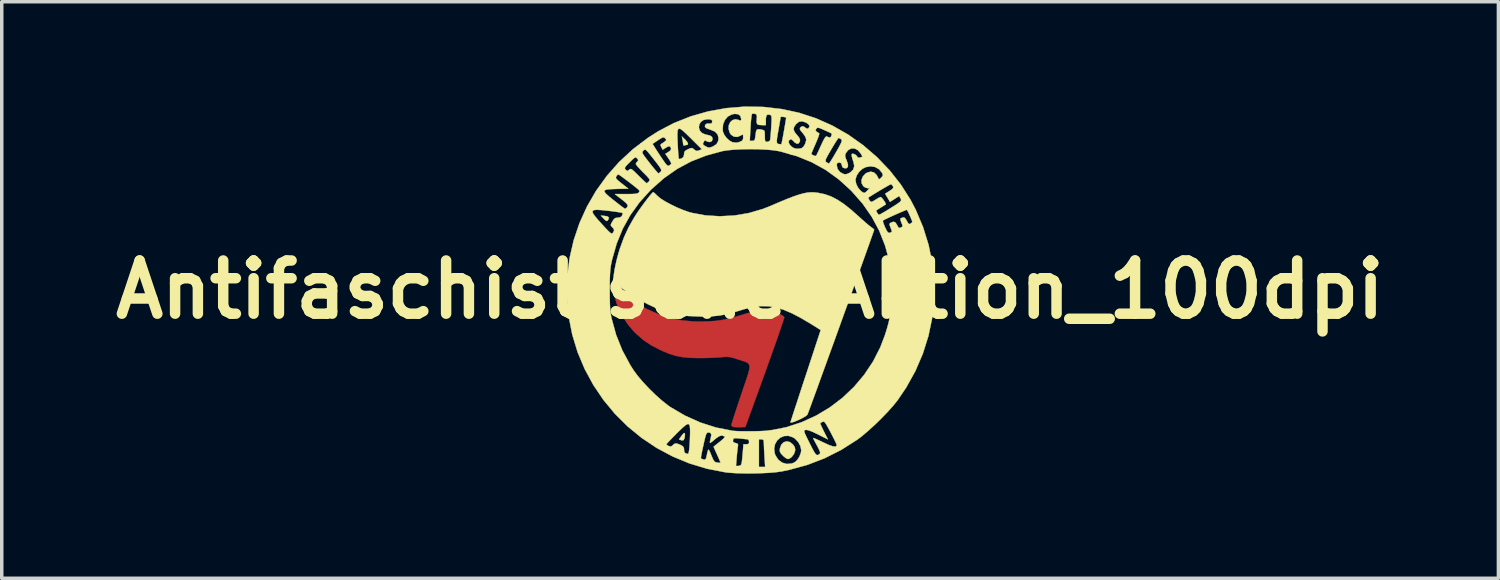
<source format=kicad_pcb>
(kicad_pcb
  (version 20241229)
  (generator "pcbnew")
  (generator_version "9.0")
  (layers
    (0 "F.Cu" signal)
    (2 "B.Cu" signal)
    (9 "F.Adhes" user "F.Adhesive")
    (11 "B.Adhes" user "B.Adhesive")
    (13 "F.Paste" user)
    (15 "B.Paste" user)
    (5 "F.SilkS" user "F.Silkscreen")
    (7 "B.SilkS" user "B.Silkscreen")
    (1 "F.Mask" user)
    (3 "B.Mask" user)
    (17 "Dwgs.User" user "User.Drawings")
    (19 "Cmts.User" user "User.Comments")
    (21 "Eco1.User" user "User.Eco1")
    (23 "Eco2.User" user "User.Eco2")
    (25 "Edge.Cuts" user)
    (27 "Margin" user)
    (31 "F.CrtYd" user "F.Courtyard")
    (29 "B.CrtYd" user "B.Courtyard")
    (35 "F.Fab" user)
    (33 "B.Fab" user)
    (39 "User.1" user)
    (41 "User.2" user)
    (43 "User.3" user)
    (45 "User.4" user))
  (footprint "Antifaschistische Aktion_100dpi"
    (layer "F.Cu")
    (at 18.44 5.248)
    (property "Reference" "Antifaschistische Aktion_100dpi" (at 0 0 0) (layer "F.SilkS") (effects (font (size 1.524 1.524) (thickness 0.3))))
    (attr through_hole)
    (fp_poly (pts (xy -3.808 0.006) (xy -3.609 0.154) (xy -3.386 0.305) (xy -3.159 0.444) (xy -2.951 0.558) (xy -2.947 0.56) (xy -2.617 0.707) (xy -2.299 0.812) (xy -1.975 0.879) (xy -1.629 0.911) (xy -1.411 0.915) (xy -1.182 0.91) (xy -0.981 0.895) (xy -0.79 0.868) (xy -0.592 0.825) (xy -0.368 0.764) (xy -0.241 0.726) (xy -0.076 0.676) (xy 0.053 0.643) (xy 0.161 0.623) (xy 0.267 0.613) (xy 0.381 0.61) (xy 0.524 0.613) (xy 0.634 0.626) (xy 0.731 0.651) (xy 0.804 0.679) (xy 0.892 0.721) (xy 0.956 0.762) (xy 0.981 0.79) (xy 0.973 0.824) (xy 0.947 0.906) (xy 0.905 1.031) (xy 0.849 1.195) (xy 0.781 1.392) (xy 0.701 1.619) (xy 0.612 1.869) (xy 0.515 2.14) (xy 0.427 2.385) (xy -0.135 3.937) (xy -0.286 3.941) (xy -0.382 3.941) (xy -0.459 3.937) (xy -0.487 3.932) (xy -0.529 3.904) (xy -0.536 3.883) (xy -0.528 3.848) (xy -0.503 3.766) (xy -0.464 3.645) (xy -0.414 3.49) (xy -0.355 3.309) (xy -0.288 3.109) (xy -0.253 3.006) (xy -0.172 2.766) (xy -0.106 2.574) (xy -0.058 2.423) (xy -0.027 2.309) (xy -0.015 2.224) (xy -0.02 2.163) (xy -0.045 2.12) (xy -0.09 2.088) (xy -0.154 2.061) (xy -0.239 2.034) (xy -0.339 2.002) (xy -0.466 1.961) (xy -0.56 1.936) (xy -0.639 1.926) (xy -0.723 1.927) (xy -0.83 1.937) (xy -0.833 1.937) (xy -0.946 1.946) (xy -1.098 1.953) (xy -1.27 1.958) (xy -1.444 1.96) (xy -1.482 1.96) (xy -1.728 1.954) (xy -1.937 1.934) (xy -2.125 1.897) (xy -2.311 1.84) (xy -2.511 1.758) (xy -2.585 1.723) (xy -2.837 1.592) (xy -3.053 1.447) (xy -3.252 1.275) (xy -3.349 1.177) (xy -3.498 0.999) (xy -3.632 0.798) (xy -3.745 0.586) (xy -3.829 0.377) (xy -3.879 0.185) (xy -3.886 0.127) (xy -3.904 -0.071) (xy -3.808 0.006)) (stroke (width 0.01) (type solid)) (fill yes) (layer "F.Cu"))
    (fp_poly (pts (xy -3.808 -0.005) (xy -3.609 0.143) (xy -3.386 0.294) (xy -3.159 0.433) (xy -2.951 0.547) (xy -2.947 0.549) (xy -2.617 0.696) (xy -2.299 0.801) (xy -1.975 0.868) (xy -1.629 0.9) (xy -1.411 0.904) (xy -1.182 0.899) (xy -0.981 0.884) (xy -0.79 0.857) (xy -0.592 0.814) (xy -0.368 0.753) (xy -0.241 0.715) (xy -0.076 0.665) (xy 0.053 0.632) (xy 0.161 0.612) (xy 0.267 0.602) (xy 0.381 0.599) (xy 0.524 0.602) (xy 0.634 0.615) (xy 0.731 0.64) (xy 0.804 0.668) (xy 0.892 0.71) (xy 0.956 0.751) (xy 0.981 0.779) (xy 0.973 0.813) (xy 0.947 0.895) (xy 0.905 1.02) (xy 0.849 1.184) (xy 0.781 1.381) (xy 0.701 1.608) (xy 0.612 1.859) (xy 0.515 2.129) (xy 0.427 2.374) (xy -0.135 3.926) (xy -0.286 3.93) (xy -0.382 3.93) (xy -0.459 3.926) (xy -0.487 3.921) (xy -0.529 3.893) (xy -0.536 3.872) (xy -0.528 3.837) (xy -0.503 3.756) (xy -0.464 3.634) (xy -0.414 3.48) (xy -0.355 3.298) (xy -0.288 3.098) (xy -0.253 2.995) (xy -0.172 2.755) (xy -0.106 2.563) (xy -0.058 2.412) (xy -0.027 2.298) (xy -0.015 2.213) (xy -0.02 2.152) (xy -0.045 2.109) (xy -0.09 2.077) (xy -0.154 2.05) (xy -0.239 2.023) (xy -0.339 1.991) (xy -0.466 1.95) (xy -0.56 1.925) (xy -0.639 1.915) (xy -0.723 1.916) (xy -0.83 1.926) (xy -0.833 1.926) (xy -0.946 1.935) (xy -1.098 1.942) (xy -1.27 1.947) (xy -1.444 1.949) (xy -1.482 1.949) (xy -1.728 1.943) (xy -1.937 1.923) (xy -2.125 1.886) (xy -2.311 1.829) (xy -2.511 1.747) (xy -2.585 1.712) (xy -2.837 1.581) (xy -3.053 1.436) (xy -3.252 1.264) (xy -3.349 1.166) (xy -3.498 0.988) (xy -3.632 0.787) (xy -3.745 0.575) (xy -3.829 0.366) (xy -3.879 0.174) (xy -3.886 0.116) (xy -3.904 -0.082) (xy -3.808 -0.005)) (stroke (width 0.01) (type solid)) (fill yes) (layer "F.Mask"))
    (fp_poly (pts (xy -4.165 -2.112) (xy -4.079 -2.095) (xy -4.045 -2.063) (xy -4.06 -2.01) (xy -4.071 -1.994) (xy -4.097 -1.967) (xy -4.125 -1.971) (xy -4.17 -2.01) (xy -4.192 -2.033) (xy -4.276 -2.121) (xy -4.165 -2.112)) (stroke (width 0.01) (type solid)) (fill yes) (layer "F.SilkS"))
    (fp_poly (pts (xy -1.866 4.13) (xy -1.865 4.154) (xy -1.878 4.258) (xy -1.906 4.312) (xy -1.953 4.32) (xy -1.971 4.315) (xy -2.036 4.29) (xy -1.976 4.206) (xy -1.917 4.131) (xy -1.881 4.106) (xy -1.866 4.13)) (stroke (width 0.01) (type solid)) (fill yes) (layer "F.SilkS"))
    (fp_poly (pts (xy -1.867 -4.306) (xy -1.807 -4.239) (xy -1.779 -4.185) (xy -1.786 -4.153) (xy -1.804 -4.149) (xy -1.851 -4.139) (xy -1.874 -4.132) (xy -1.909 -4.133) (xy -1.919 -4.181) (xy -1.919 -4.181) (xy -1.927 -4.263) (xy -1.938 -4.318) (xy -1.955 -4.389) (xy -1.867 -4.306)) (stroke (width 0.01) (type solid)) (fill yes) (layer "F.SilkS"))
    (fp_poly (pts (xy 1.143 4.368) (xy 1.228 4.436) (xy 1.278 4.509) (xy 1.293 4.578) (xy 1.288 4.627) (xy 1.256 4.713) (xy 1.197 4.791) (xy 1.128 4.843) (xy 1.082 4.854) (xy 1.038 4.835) (xy 0.974 4.788) (xy 0.939 4.755) (xy 0.879 4.689) (xy 0.853 4.636) (xy 0.853 4.574) (xy 0.856 4.55) (xy 0.895 4.442) (xy 0.964 4.373) (xy 1.051 4.347) (xy 1.143 4.368)) (stroke (width 0.01) (type solid)) (fill yes) (layer "F.SilkS"))
    (fp_poly (pts (xy -2.748 -2.775) (xy -2.696 -2.728) (xy -2.65 -2.682) (xy -2.563 -2.61) (xy -2.434 -2.528) (xy -2.277 -2.443) (xy -2.104 -2.359) (xy -1.928 -2.285) (xy -1.762 -2.226) (xy -1.679 -2.202) (xy -1.282 -2.127) (xy -0.868 -2.102) (xy -0.448 -2.124) (xy -0.034 -2.194) (xy 0.366 -2.311) (xy 0.558 -2.386) (xy 0.826 -2.501) (xy 1.05 -2.594) (xy 1.236 -2.666) (xy 1.392 -2.719) (xy 1.523 -2.756) (xy 1.637 -2.779) (xy 1.74 -2.788) (xy 1.839 -2.786) (xy 1.942 -2.774) (xy 1.961 -2.771) (xy 2.145 -2.732) (xy 2.322 -2.669) (xy 2.499 -2.578) (xy 2.686 -2.455) (xy 2.889 -2.295) (xy 3.104 -2.104) (xy 3.218 -2.001) (xy 3.323 -1.909) (xy 3.41 -1.836) (xy 3.468 -1.791) (xy 3.478 -1.784) (xy 3.532 -1.746) (xy 3.556 -1.717) (xy 3.556 -1.716) (xy 3.547 -1.687) (xy 3.52 -1.609) (xy 3.476 -1.486) (xy 3.419 -1.324) (xy 3.348 -1.125) (xy 3.266 -0.896) (xy 3.174 -0.64) (xy 3.074 -0.362) (xy 2.967 -0.065) (xy 2.856 0.245) (xy 2.74 0.565) (xy 2.623 0.889) (xy 2.506 1.214) (xy 2.39 1.536) (xy 2.276 1.849) (xy 2.167 2.15) (xy 2.064 2.433) (xy 1.969 2.696) (xy 1.883 2.933) (xy 1.807 3.14) (xy 1.744 3.312) (xy 1.695 3.446) (xy 1.661 3.536) (xy 1.644 3.579) (xy 1.643 3.582) (xy 1.606 3.616) (xy 1.538 3.659) (xy 1.45 3.705) (xy 1.356 3.749) (xy 1.268 3.785) (xy 1.198 3.806) (xy 1.161 3.808) (xy 1.157 3.802) (xy 1.166 3.774) (xy 1.19 3.698) (xy 1.229 3.578) (xy 1.28 3.421) (xy 1.343 3.23) (xy 1.414 3.012) (xy 1.493 2.771) (xy 1.578 2.512) (xy 1.591 2.475) (xy 2.024 1.158) (xy 1.767 0.997) (xy 1.468 0.819) (xy 1.202 0.679) (xy 0.959 0.576) (xy 0.733 0.509) (xy 0.515 0.475) (xy 0.298 0.473) (xy 0.074 0.502) (xy -0.166 0.56) (xy -0.268 0.591) (xy -0.503 0.662) (xy -0.705 0.712) (xy -0.896 0.745) (xy -1.092 0.764) (xy -1.315 0.771) (xy -1.397 0.771) (xy -1.77 0.756) (xy -2.112 0.707) (xy -2.439 0.621) (xy -2.77 0.493) (xy -2.932 0.417) (xy -3.088 0.335) (xy -3.25 0.241) (xy -3.412 0.14) (xy -3.563 0.039) (xy -3.697 -0.059) (xy -3.805 -0.146) (xy -3.879 -0.216) (xy -3.909 -0.26) (xy -3.914 -0.321) (xy -3.904 -0.426) (xy -3.883 -0.563) (xy -3.851 -0.72) (xy -3.812 -0.889) (xy -3.766 -1.056) (xy -3.725 -1.189) (xy -3.612 -1.497) (xy -3.485 -1.775) (xy -3.33 -2.05) (xy -3.254 -2.17) (xy -3.183 -2.275) (xy -3.101 -2.39) (xy -3.016 -2.506) (xy -2.933 -2.614) (xy -2.861 -2.704) (xy -2.806 -2.767) (xy -2.775 -2.794) (xy -2.773 -2.794) (xy -2.748 -2.775)) (stroke (width 0.01) (type solid)) (fill yes) (layer "F.SilkS"))
    (fp_poly (pts (xy 0.371 -5.235) (xy 0.898 -5.175) (xy 1.399 -5.068) (xy 1.888 -4.909) (xy 2.361 -4.698) (xy 2.813 -4.44) (xy 3.239 -4.139) (xy 3.636 -3.797) (xy 3.998 -3.419) (xy 4.321 -3.009) (xy 4.6 -2.57) (xy 4.741 -2.3) (xy 4.955 -1.796) (xy 5.115 -1.282) (xy 5.221 -0.76) (xy 5.273 -0.235) (xy 5.272 0.29) (xy 5.218 0.813) (xy 5.11 1.329) (xy 4.951 1.834) (xy 4.739 2.327) (xy 4.476 2.802) (xy 4.233 3.161) (xy 4.109 3.317) (xy 3.95 3.495) (xy 3.769 3.683) (xy 3.577 3.871) (xy 3.385 4.045) (xy 3.207 4.197) (xy 3.076 4.296) (xy 2.615 4.59) (xy 2.137 4.831) (xy 1.637 5.023) (xy 1.109 5.167) (xy 0.898 5.21) (xy 0.739 5.232) (xy 0.538 5.249) (xy 0.309 5.26) (xy 0.067 5.266) (xy -0.175 5.265) (xy -0.401 5.259) (xy -0.598 5.246) (xy -0.706 5.234) (xy -1.231 5.132) (xy -1.738 4.979) (xy -2.087 4.834) (xy -1.409 4.834) (xy -1.409 4.837) (xy -1.375 4.852) (xy -1.336 4.866) (xy -1.298 4.873) (xy -1.273 4.857) (xy -1.253 4.81) (xy -1.234 4.721) (xy -1.226 4.678) (xy -1.209 4.614) (xy -1.191 4.585) (xy -1.186 4.586) (xy -1.166 4.617) (xy -1.134 4.686) (xy -1.101 4.767) (xy -1.056 4.871) (xy -1.014 4.929) (xy -0.978 4.948) (xy -0.892 4.962) (xy -0.852 4.961) (xy -0.847 4.955) (xy -0.858 4.925) (xy -0.887 4.857) (xy -0.928 4.763) (xy -0.945 4.725) (xy -0.99 4.626) (xy -1.025 4.549) (xy -1.043 4.507) (xy -1.044 4.502) (xy -1.024 4.484) (xy -0.969 4.439) (xy -0.891 4.378) (xy -0.871 4.362) (xy -0.809 4.311) (xy -0.488 4.311) (xy -0.487 4.36) (xy -0.451 4.386) (xy -0.417 4.394) (xy -0.359 4.413) (xy -0.343 4.448) (xy -0.348 4.485) (xy -0.357 4.547) (xy -0.368 4.647) (xy -0.38 4.766) (xy -0.383 4.805) (xy -0.403 5.052) (xy -0.331 5.052) (xy -0.269 5.034) (xy -0.245 4.988) (xy -0.235 4.932) (xy -0.224 4.836) (xy -0.213 4.719) (xy -0.209 4.678) (xy -0.19 4.431) (xy -0.109 4.431) (xy -0.05 4.422) (xy -0.03 4.387) (xy -0.028 4.36) (xy -0.04 4.307) (xy -0.062 4.29) (xy 0.254 4.29) (xy 0.254 5.08) (xy 0.432 5.08) (xy 0.414 4.779) (xy 0.406 4.644) (xy 0.401 4.557) (xy 0.69 4.557) (xy 0.708 4.695) (xy 0.73 4.753) (xy 0.811 4.876) (xy 0.923 4.958) (xy 1.054 4.995) (xy 1.193 4.983) (xy 1.274 4.951) (xy 1.345 4.89) (xy 1.41 4.793) (xy 1.454 4.684) (xy 1.467 4.602) (xy 1.443 4.483) (xy 1.379 4.365) (xy 1.286 4.268) (xy 1.232 4.233) (xy 1.1 4.189) (xy 0.976 4.195) (xy 0.865 4.242) (xy 0.776 4.323) (xy 0.715 4.43) (xy 0.69 4.557) (xy 0.401 4.557) (xy 0.4 4.52) (xy 0.396 4.424) (xy 0.395 4.384) (xy 0.389 4.319) (xy 0.363 4.294) (xy 0.325 4.29) (xy 0.254 4.29) (xy -0.062 4.29) (xy -0.064 4.288) (xy -0.108 4.285) (xy -0.191 4.276) (xy -0.287 4.266) (xy -0.387 4.256) (xy -0.445 4.256) (xy -0.473 4.268) (xy -0.485 4.297) (xy -0.488 4.311) (xy -0.809 4.311) (xy -0.782 4.289) (xy -0.736 4.242) (xy -0.728 4.212) (xy -0.737 4.203) (xy -0.803 4.179) (xy -0.877 4.196) (xy -0.968 4.255) (xy -1.009 4.29) (xy -1.078 4.348) (xy -1.129 4.384) (xy -1.149 4.392) (xy -1.15 4.36) (xy -1.137 4.294) (xy -1.129 4.264) (xy -1.111 4.169) (xy -1.122 4.116) (xy -1.166 4.094) (xy -1.194 4.092) (xy -1.221 4.097) (xy -1.242 4.115) (xy -1.263 4.157) (xy -1.285 4.231) (xy -1.313 4.345) (xy -1.338 4.459) (xy -1.368 4.595) (xy -1.391 4.71) (xy -1.405 4.793) (xy -1.409 4.834) (xy -2.087 4.834) (xy -2.222 4.778) (xy -2.68 4.533) (xy -2.829 4.433) (xy -2.399 4.433) (xy -2.376 4.456) (xy -2.331 4.481) (xy -2.272 4.496) (xy -2.225 4.47) (xy -2.214 4.457) (xy -2.165 4.416) (xy -2.111 4.407) (xy -2.036 4.43) (xy -1.991 4.45) (xy -1.923 4.49) (xy -1.895 4.538) (xy -1.891 4.589) (xy -1.883 4.654) (xy -1.849 4.689) (xy -1.775 4.71) (xy -1.763 4.686) (xy -1.749 4.622) (xy -1.74 4.551) (xy -1.731 4.444) (xy -1.724 4.306) (xy -1.719 4.165) (xy -1.718 4.136) (xy -1.718 4.001) (xy -1.726 3.908) (xy -1.747 3.858) (xy -1.786 3.85) (xy -1.848 3.884) (xy -1.937 3.96) (xy -2.059 4.077) (xy -2.102 4.12) (xy -2.206 4.225) (xy -2.294 4.316) (xy -2.36 4.385) (xy -2.395 4.426) (xy -2.399 4.433) (xy -2.829 4.433) (xy -3.11 4.245) (xy -3.509 3.918) (xy -3.875 3.554) (xy -4.203 3.157) (xy -4.492 2.729) (xy -4.739 2.273) (xy -4.941 1.792) (xy -5.094 1.289) (xy -5.197 0.766) (xy -5.206 0.697) (xy -5.249 0.157) (xy -5.245 0.014) (xy -4.021 0.014) (xy -4.02 0.235) (xy -4.016 0.41) (xy -4.008 0.551) (xy -3.995 0.669) (xy -3.978 0.776) (xy -3.969 0.818) (xy -3.839 1.292) (xy -3.66 1.739) (xy -3.429 2.167) (xy -3.335 2.314) (xy -3.217 2.474) (xy -3.064 2.653) (xy -2.889 2.839) (xy -2.704 3.02) (xy -2.52 3.183) (xy -2.351 3.317) (xy -2.286 3.363) (xy -1.864 3.61) (xy -1.425 3.807) (xy -0.973 3.952) (xy -0.513 4.042) (xy -0.494 4.045) (xy -0.39 4.053) (xy -0.245 4.058) (xy -0.074 4.059) (xy 0.107 4.058) (xy 0.283 4.054) (xy 0.439 4.046) (xy 0.489 4.042) (xy 1.552 4.042) (xy 1.553 4.07) (xy 1.571 4.121) (xy 1.607 4.201) (xy 1.666 4.319) (xy 1.708 4.404) (xy 1.782 4.549) (xy 1.836 4.649) (xy 1.877 4.71) (xy 1.91 4.738) (xy 1.942 4.74) (xy 1.977 4.72) (xy 1.997 4.705) (xy 2.009 4.679) (xy 1.998 4.631) (xy 1.962 4.55) (xy 1.92 4.471) (xy 1.868 4.375) (xy 1.828 4.298) (xy 1.808 4.255) (xy 1.806 4.25) (xy 1.83 4.256) (xy 1.894 4.282) (xy 1.989 4.325) (xy 2.097 4.377) (xy 2.254 4.449) (xy 2.369 4.489) (xy 2.442 4.498) (xy 2.479 4.476) (xy 2.484 4.452) (xy 2.471 4.417) (xy 2.437 4.343) (xy 2.386 4.24) (xy 2.323 4.117) (xy 2.309 4.09) (xy 2.237 3.956) (xy 2.185 3.865) (xy 2.148 3.81) (xy 2.121 3.784) (xy 2.096 3.78) (xy 2.076 3.788) (xy 2.027 3.814) (xy 2.009 3.825) (xy 2.017 3.852) (xy 2.045 3.917) (xy 2.089 4.009) (xy 2.115 4.062) (xy 2.231 4.291) (xy 1.944 4.147) (xy 1.795 4.076) (xy 1.688 4.034) (xy 1.616 4.018) (xy 1.591 4.02) (xy 1.566 4.028) (xy 1.552 4.042) (xy 0.489 4.042) (xy 0.56 4.036) (xy 0.582 4.033) (xy 1.037 3.943) (xy 1.475 3.8) (xy 1.892 3.61) (xy 2.284 3.376) (xy 2.647 3.1) (xy 2.977 2.787) (xy 3.271 2.438) (xy 3.524 2.059) (xy 3.732 1.651) (xy 3.865 1.302) (xy 3.927 1.103) (xy 3.974 0.928) (xy 4.007 0.763) (xy 4.03 0.594) (xy 4.043 0.406) (xy 4.049 0.185) (xy 4.049 0.014) (xy 4.048 -0.206) (xy 4.044 -0.382) (xy 4.036 -0.523) (xy 4.024 -0.641) (xy 4.006 -0.748) (xy 3.997 -0.79) (xy 3.871 -1.256) (xy 3.701 -1.687) (xy 3.544 -1.98) (xy 3.806 -1.98) (xy 3.808 -1.947) (xy 3.83 -1.878) (xy 3.867 -1.788) (xy 3.868 -1.787) (xy 3.913 -1.693) (xy 3.947 -1.643) (xy 3.979 -1.625) (xy 4.005 -1.628) (xy 4.052 -1.649) (xy 4.064 -1.665) (xy 4.054 -1.703) (xy 4.029 -1.77) (xy 4.022 -1.788) (xy 3.997 -1.855) (xy 3.997 -1.89) (xy 4.026 -1.914) (xy 4.034 -1.918) (xy 4.108 -1.945) (xy 4.163 -1.926) (xy 4.21 -1.856) (xy 4.214 -1.848) (xy 4.249 -1.785) (xy 4.279 -1.765) (xy 4.318 -1.778) (xy 4.357 -1.8) (xy 4.37 -1.821) (xy 4.36 -1.861) (xy 4.332 -1.928) (xy 4.31 -1.995) (xy 4.308 -2.036) (xy 4.311 -2.04) (xy 4.382 -2.069) (xy 4.43 -2.059) (xy 4.473 -2.003) (xy 4.488 -1.974) (xy 4.527 -1.906) (xy 4.557 -1.88) (xy 4.593 -1.887) (xy 4.603 -1.893) (xy 4.643 -1.929) (xy 4.647 -1.957) (xy 4.586 -2.101) (xy 4.543 -2.199) (xy 4.513 -2.258) (xy 4.495 -2.283) (xy 4.489 -2.286) (xy 4.455 -2.275) (xy 4.383 -2.245) (xy 4.284 -2.203) (xy 4.17 -2.153) (xy 4.054 -2.1) (xy 3.948 -2.051) (xy 3.864 -2.011) (xy 3.814 -1.985) (xy 3.806 -1.98) (xy 3.544 -1.98) (xy 3.486 -2.088) (xy 3.223 -2.465) (xy 3.071 -2.638) (xy 3.391 -2.638) (xy 3.394 -2.609) (xy 3.42 -2.562) (xy 3.453 -2.523) (xy 3.474 -2.512) (xy 3.513 -2.527) (xy 3.578 -2.564) (xy 3.606 -2.582) (xy 3.677 -2.626) (xy 3.731 -2.65) (xy 3.743 -2.653) (xy 3.772 -2.633) (xy 3.813 -2.583) (xy 3.854 -2.523) (xy 3.884 -2.47) (xy 3.889 -2.442) (xy 3.889 -2.441) (xy 3.862 -2.424) (xy 3.803 -2.387) (xy 3.754 -2.357) (xy 3.681 -2.311) (xy 3.63 -2.279) (xy 3.617 -2.271) (xy 3.62 -2.242) (xy 3.645 -2.196) (xy 3.677 -2.156) (xy 3.697 -2.145) (xy 3.73 -2.159) (xy 3.799 -2.198) (xy 3.896 -2.254) (xy 3.999 -2.318) (xy 4.135 -2.403) (xy 4.23 -2.465) (xy 4.289 -2.509) (xy 4.32 -2.541) (xy 4.328 -2.569) (xy 4.319 -2.597) (xy 4.308 -2.618) (xy 4.273 -2.682) (xy 4.141 -2.598) (xy 4.009 -2.514) (xy 3.94 -2.631) (xy 3.87 -2.747) (xy 3.996 -2.827) (xy 4.069 -2.877) (xy 4.101 -2.912) (xy 4.1 -2.946) (xy 4.092 -2.963) (xy 4.058 -3.008) (xy 4.036 -3.02) (xy 4.006 -3.006) (xy 3.94 -2.97) (xy 3.848 -2.917) (xy 3.742 -2.855) (xy 3.633 -2.789) (xy 3.532 -2.728) (xy 3.45 -2.677) (xy 3.4 -2.644) (xy 3.391 -2.638) (xy 3.071 -2.638) (xy 2.909 -2.822) (xy 2.879 -2.852) (xy 2.568 -3.135) (xy 3.02 -3.135) (xy 3.042 -3.026) (xy 3.098 -2.915) (xy 3.174 -2.828) (xy 3.175 -2.827) (xy 3.239 -2.781) (xy 3.282 -2.772) (xy 3.325 -2.802) (xy 3.358 -2.836) (xy 3.425 -2.907) (xy 3.363 -2.907) (xy 3.298 -2.926) (xy 3.246 -2.963) (xy 3.197 -3.048) (xy 3.193 -3.145) (xy 3.232 -3.242) (xy 3.309 -3.324) (xy 3.347 -3.348) (xy 3.454 -3.38) (xy 3.549 -3.358) (xy 3.625 -3.286) (xy 3.64 -3.259) (xy 3.671 -3.198) (xy 3.69 -3.164) (xy 3.691 -3.162) (xy 3.714 -3.171) (xy 3.758 -3.209) (xy 3.76 -3.211) (xy 3.8 -3.26) (xy 3.801 -3.303) (xy 3.781 -3.346) (xy 3.696 -3.449) (xy 3.582 -3.513) (xy 3.45 -3.534) (xy 3.314 -3.509) (xy 3.22 -3.462) (xy 3.126 -3.377) (xy 3.056 -3.27) (xy 3.021 -3.161) (xy 3.02 -3.135) (xy 2.568 -3.135) (xy 2.532 -3.166) (xy 2.165 -3.431) (xy 1.927 -3.562) (xy 2.484 -3.562) (xy 2.509 -3.455) (xy 2.578 -3.368) (xy 2.676 -3.314) (xy 2.738 -3.304) (xy 2.788 -3.317) (xy 2.859 -3.35) (xy 2.871 -3.358) (xy 2.954 -3.436) (xy 2.986 -3.537) (xy 2.965 -3.651) (xy 2.964 -3.653) (xy 2.934 -3.742) (xy 2.914 -3.819) (xy 2.91 -3.876) (xy 2.932 -3.893) (xy 2.966 -3.89) (xy 3.031 -3.859) (xy 3.062 -3.821) (xy 3.096 -3.779) (xy 3.148 -3.783) (xy 3.157 -3.786) (xy 3.222 -3.81) (xy 3.169 -3.902) (xy 3.09 -3.995) (xy 2.997 -4.043) (xy 2.9 -4.044) (xy 2.812 -3.999) (xy 2.749 -3.918) (xy 2.726 -3.864) (xy 2.725 -3.816) (xy 2.746 -3.75) (xy 2.765 -3.706) (xy 2.804 -3.592) (xy 2.803 -3.516) (xy 2.763 -3.479) (xy 2.714 -3.477) (xy 2.655 -3.498) (xy 2.631 -3.553) (xy 2.63 -3.563) (xy 2.612 -3.621) (xy 2.566 -3.64) (xy 2.552 -3.641) (xy 2.502 -3.63) (xy 2.484 -3.587) (xy 2.484 -3.562) (xy 1.927 -3.562) (xy 1.772 -3.648) (xy 1.662 -3.693) (xy 2.161 -3.693) (xy 2.168 -3.669) (xy 2.187 -3.651) (xy 2.188 -3.651) (xy 2.237 -3.621) (xy 2.26 -3.612) (xy 2.28 -3.636) (xy 2.322 -3.699) (xy 2.381 -3.794) (xy 2.449 -3.911) (xy 2.468 -3.943) (xy 2.543 -4.077) (xy 2.593 -4.171) (xy 2.621 -4.233) (xy 2.629 -4.272) (xy 2.622 -4.295) (xy 2.607 -4.31) (xy 2.558 -4.339) (xy 2.537 -4.346) (xy 2.516 -4.323) (xy 2.473 -4.26) (xy 2.414 -4.166) (xy 2.344 -4.049) (xy 2.326 -4.018) (xy 2.249 -3.885) (xy 2.198 -3.793) (xy 2.17 -3.732) (xy 2.161 -3.693) (xy 1.662 -3.693) (xy 1.349 -3.821) (xy 1.139 -3.881) (xy 1.756 -3.881) (xy 1.811 -3.848) (xy 1.866 -3.83) (xy 1.893 -3.833) (xy 1.91 -3.865) (xy 1.945 -3.938) (xy 1.991 -4.039) (xy 2.032 -4.129) (xy 2.096 -4.266) (xy 2.145 -4.352) (xy 2.18 -4.389) (xy 2.192 -4.39) (xy 2.254 -4.365) (xy 2.269 -4.358) (xy 2.309 -4.367) (xy 2.328 -4.403) (xy 2.34 -4.454) (xy 2.338 -4.472) (xy 2.309 -4.487) (xy 2.243 -4.519) (xy 2.151 -4.561) (xy 2.131 -4.57) (xy 2.031 -4.614) (xy 1.969 -4.636) (xy 1.932 -4.639) (xy 1.909 -4.623) (xy 1.897 -4.609) (xy 1.876 -4.564) (xy 1.9 -4.53) (xy 1.908 -4.524) (xy 1.959 -4.491) (xy 1.981 -4.481) (xy 1.98 -4.453) (xy 1.96 -4.385) (xy 1.922 -4.287) (xy 1.877 -4.18) (xy 1.826 -4.064) (xy 1.786 -3.968) (xy 1.761 -3.904) (xy 1.756 -3.881) (xy 1.139 -3.881) (xy 0.89 -3.953) (xy 0.818 -3.969) (xy 0.662 -3.994) (xy 0.464 -4.011) (xy 0.239 -4.022) (xy -0.000168 -4.025) (xy -0.238 -4.021) (xy -0.461 -4.01) (xy -0.655 -3.991) (xy -0.79 -3.969) (xy -1.256 -3.842) (xy -1.688 -3.673) (xy -2.089 -3.458) (xy -2.464 -3.195) (xy -2.819 -2.882) (xy -2.851 -2.851) (xy -3.166 -2.502) (xy -3.431 -2.135) (xy -3.648 -1.744) (xy -3.82 -1.324) (xy -3.951 -0.868) (xy -3.969 -0.79) (xy -3.989 -0.685) (xy -4.003 -0.573) (xy -4.013 -0.443) (xy -4.019 -0.283) (xy -4.021 -0.082) (xy -4.021 0.014) (xy -5.245 0.014) (xy -5.236 -0.377) (xy -5.171 -0.901) (xy -5.054 -1.412) (xy -4.887 -1.907) (xy -4.732 -2.249) (xy -4.515 -2.249) (xy -4.505 -2.195) (xy -4.45 -2.112) (xy -4.353 -1.996) (xy -4.242 -1.873) (xy -4.135 -1.756) (xy -4.058 -1.677) (xy -4.006 -1.629) (xy -3.971 -1.608) (xy -3.949 -1.609) (xy -3.932 -1.625) (xy -3.902 -1.68) (xy -3.895 -1.708) (xy -3.914 -1.75) (xy -3.951 -1.792) (xy -3.984 -1.825) (xy -3.991 -1.856) (xy -3.972 -1.904) (xy -3.945 -1.951) (xy -3.899 -2.022) (xy -3.852 -2.053) (xy -3.792 -2.06) (xy -3.71 -2.076) (xy -3.668 -2.119) (xy -3.65 -2.171) (xy -3.654 -2.196) (xy -3.687 -2.206) (xy -3.766 -2.219) (xy -3.88 -2.236) (xy -4.018 -2.254) (xy -4.073 -2.26) (xy -4.259 -2.28) (xy -4.394 -2.287) (xy -4.478 -2.278) (xy -4.515 -2.249) (xy -4.732 -2.249) (xy -4.671 -2.382) (xy -4.422 -2.813) (xy -4.175 -2.813) (xy -4.139 -2.759) (xy -4.055 -2.681) (xy -3.924 -2.574) (xy -3.903 -2.558) (xy -3.791 -2.47) (xy -3.696 -2.396) (xy -3.625 -2.343) (xy -3.586 -2.317) (xy -3.583 -2.315) (xy -3.552 -2.332) (xy -3.533 -2.348) (xy -3.507 -2.386) (xy -3.509 -2.425) (xy -3.545 -2.474) (xy -3.621 -2.541) (xy -3.687 -2.593) (xy -3.874 -2.738) (xy -3.549 -2.738) (xy -3.401 -2.739) (xy -3.299 -2.744) (xy -3.235 -2.755) (xy -3.198 -2.772) (xy -3.188 -2.781) (xy -3.166 -2.824) (xy -3.192 -2.861) (xy -3.247 -2.908) (xy -3.328 -2.973) (xy -3.424 -3.048) (xy -3.526 -3.125) (xy -3.622 -3.197) (xy -3.702 -3.256) (xy -3.757 -3.293) (xy -3.774 -3.302) (xy -3.805 -3.281) (xy -3.831 -3.246) (xy -3.844 -3.216) (xy -3.837 -3.185) (xy -3.802 -3.145) (xy -3.733 -3.085) (xy -3.677 -3.041) (xy -3.488 -2.893) (xy -3.816 -2.885) (xy -3.983 -2.879) (xy -4.098 -2.868) (xy -4.162 -2.848) (xy -4.175 -2.813) (xy -4.422 -2.813) (xy -4.409 -2.834) (xy -4.102 -3.26) (xy -3.905 -3.483) (xy -3.588 -3.483) (xy -3.58 -3.456) (xy -3.565 -3.437) (xy -3.527 -3.403) (xy -3.494 -3.41) (xy -3.465 -3.434) (xy -3.44 -3.453) (xy -3.414 -3.456) (xy -3.378 -3.438) (xy -3.324 -3.392) (xy -3.244 -3.314) (xy -3.195 -3.265) (xy -3.106 -3.177) (xy -3.031 -3.106) (xy -2.979 -3.061) (xy -2.961 -3.048) (xy -2.931 -3.067) (xy -2.898 -3.099) (xy -2.88 -3.124) (xy -2.879 -3.151) (xy -2.901 -3.188) (xy -2.95 -3.245) (xy -3.033 -3.33) (xy -3.063 -3.359) (xy -3.15 -3.449) (xy -3.22 -3.526) (xy -3.263 -3.581) (xy -3.274 -3.601) (xy -3.254 -3.645) (xy -3.231 -3.669) (xy -3.203 -3.701) (xy -3.216 -3.735) (xy -3.236 -3.759) (xy -3.262 -3.783) (xy -3.288 -3.787) (xy -3.324 -3.767) (xy -3.381 -3.716) (xy -3.448 -3.65) (xy -3.528 -3.57) (xy -3.572 -3.517) (xy -3.588 -3.483) (xy -3.905 -3.483) (xy -3.751 -3.657) (xy -3.449 -3.937) (xy -3.086 -3.937) (xy -3.078 -3.905) (xy -3.05 -3.856) (xy -2.996 -3.782) (xy -2.914 -3.675) (xy -2.878 -3.629) (xy -2.791 -3.519) (xy -2.716 -3.428) (xy -2.659 -3.362) (xy -2.628 -3.332) (xy -2.625 -3.33) (xy -2.593 -3.349) (xy -2.561 -3.38) (xy -2.546 -3.403) (xy -2.545 -3.43) (xy -2.562 -3.471) (xy -2.603 -3.532) (xy -2.67 -3.622) (xy -2.758 -3.735) (xy -2.854 -3.856) (xy -2.922 -3.939) (xy -2.968 -3.988) (xy -3 -4.01) (xy -3.023 -4.011) (xy -3.045 -3.995) (xy -3.055 -3.984) (xy -3.077 -3.961) (xy -3.086 -3.937) (xy -3.449 -3.937) (xy -3.359 -4.021) (xy -3.153 -4.176) (xy -2.794 -4.176) (xy -2.719 -4.057) (xy -2.667 -3.975) (xy -2.597 -3.868) (xy -2.522 -3.755) (xy -2.506 -3.732) (xy -2.438 -3.633) (xy -2.391 -3.575) (xy -2.357 -3.55) (xy -2.328 -3.55) (xy -2.313 -3.557) (xy -2.269 -3.592) (xy -2.258 -3.615) (xy -2.273 -3.654) (xy -2.311 -3.72) (xy -2.343 -3.768) (xy -2.427 -3.891) (xy -2.343 -3.941) (xy -2.278 -3.99) (xy -2.261 -4.036) (xy -2.284 -4.089) (xy -2.308 -4.11) (xy -2.349 -4.101) (xy -2.406 -4.069) (xy -2.503 -4.009) (xy -2.542 -4.081) (xy -2.565 -4.136) (xy -2.556 -4.165) (xy -2.539 -4.177) (xy -2.484 -4.213) (xy -2.441 -4.244) (xy -2.403 -4.279) (xy -2.409 -4.309) (xy -2.433 -4.335) (xy -2.462 -4.359) (xy -2.493 -4.363) (xy -2.539 -4.343) (xy -2.616 -4.295) (xy -2.638 -4.28) (xy -2.794 -4.176) (xy -3.153 -4.176) (xy -2.925 -4.349) (xy -2.724 -4.477) (xy -2.083 -4.477) (xy -2.081 -4.335) (xy -2.074 -4.18) (xy -2.066 -4.033) (xy -2.058 -3.906) (xy -2.05 -3.81) (xy -2.044 -3.756) (xy -2.042 -3.748) (xy -2.011 -3.743) (xy -1.96 -3.759) (xy -1.908 -3.8) (xy -1.891 -3.87) (xy -1.891 -3.881) (xy -1.883 -3.942) (xy -1.851 -3.982) (xy -1.78 -4.021) (xy -1.778 -4.022) (xy -1.706 -4.052) (xy -1.663 -4.058) (xy -1.627 -4.037) (xy -1.601 -4.014) (xy -1.547 -3.975) (xy -1.495 -3.976) (xy -1.46 -3.989) (xy -1.381 -4.022) (xy -1.687 -4.326) (xy -1.825 -4.462) (xy -1.928 -4.556) (xy -2 -4.606) (xy -2.047 -4.611) (xy -2.073 -4.569) (xy -2.083 -4.477) (xy -2.724 -4.477) (xy -2.638 -4.532) (xy -2.426 -4.644) (xy -1.466 -4.644) (xy -1.442 -4.559) (xy -1.38 -4.489) (xy -1.28 -4.445) (xy -1.256 -4.44) (xy -1.149 -4.415) (xy -1.091 -4.375) (xy -1.072 -4.316) (xy -1.072 -4.316) (xy -1.095 -4.256) (xy -1.15 -4.228) (xy -1.217 -4.239) (xy -1.236 -4.249) (xy -1.283 -4.275) (xy -1.31 -4.261) (xy -1.325 -4.236) (xy -1.35 -4.182) (xy -1.342 -4.15) (xy -1.293 -4.117) (xy -1.277 -4.108) (xy -1.213 -4.076) (xy -1.166 -4.068) (xy -1.109 -4.084) (xy -1.06 -4.104) (xy -0.962 -4.167) (xy -0.912 -4.259) (xy -0.903 -4.341) (xy -0.929 -4.446) (xy -1.004 -4.526) (xy -1.13 -4.581) (xy -1.144 -4.585) (xy -1.153 -4.588) (xy -0.785 -4.588) (xy -0.778 -4.529) (xy -0.742 -4.441) (xy -0.676 -4.349) (xy -0.595 -4.273) (xy -0.515 -4.228) (xy -0.502 -4.225) (xy -0.422 -4.212) (xy -0.368 -4.213) (xy -0.309 -4.229) (xy -0.286 -4.236) (xy -0.234 -4.262) (xy -0.008 -4.262) (xy 0.065 -4.262) (xy 0.106 -4.266) (xy 0.131 -4.287) (xy 0.145 -4.339) (xy 0.157 -4.431) (xy 0.171 -4.529) (xy 0.192 -4.58) (xy 0.232 -4.597) (xy 0.304 -4.589) (xy 0.335 -4.583) (xy 0.384 -4.57) (xy 0.411 -4.548) (xy 0.421 -4.5) (xy 0.423 -4.414) (xy 0.423 -4.399) (xy 0.425 -4.306) (xy 0.434 -4.257) (xy 0.455 -4.237) (xy 0.492 -4.233) (xy 0.553 -4.252) (xy 0.556 -4.256) (xy 0.765 -4.256) (xy 0.77 -4.209) (xy 0.786 -4.184) (xy 0.814 -4.173) (xy 0.826 -4.171) (xy 0.878 -4.164) (xy 0.897 -4.165) (xy 0.905 -4.193) (xy 0.908 -4.21) (xy 1.107 -4.21) (xy 1.139 -4.149) (xy 1.195 -4.092) (xy 1.267 -4.05) (xy 1.342 -4.036) (xy 1.421 -4.041) (xy 1.48 -4.053) (xy 1.532 -4.097) (xy 1.578 -4.175) (xy 1.605 -4.264) (xy 1.609 -4.302) (xy 1.588 -4.372) (xy 1.532 -4.457) (xy 1.507 -4.487) (xy 1.448 -4.557) (xy 1.426 -4.602) (xy 1.434 -4.635) (xy 1.439 -4.643) (xy 1.49 -4.681) (xy 1.546 -4.669) (xy 1.585 -4.639) (xy 1.632 -4.609) (xy 1.673 -4.624) (xy 1.677 -4.627) (xy 1.705 -4.677) (xy 1.68 -4.732) (xy 1.607 -4.785) (xy 1.495 -4.823) (xy 1.402 -4.81) (xy 1.319 -4.744) (xy 1.315 -4.739) (xy 1.26 -4.658) (xy 1.248 -4.586) (xy 1.281 -4.509) (xy 1.344 -4.431) (xy 1.406 -4.355) (xy 1.431 -4.297) (xy 1.428 -4.248) (xy 1.394 -4.191) (xy 1.34 -4.18) (xy 1.278 -4.217) (xy 1.25 -4.249) (xy 1.195 -4.301) (xy 1.149 -4.302) (xy 1.108 -4.265) (xy 1.107 -4.21) (xy 0.908 -4.21) (xy 0.92 -4.266) (xy 0.941 -4.374) (xy 0.965 -4.507) (xy 0.972 -4.547) (xy 0.996 -4.685) (xy 1.016 -4.801) (xy 1.029 -4.884) (xy 1.035 -4.925) (xy 1.035 -4.928) (xy 0.993 -4.943) (xy 0.935 -4.951) (xy 0.888 -4.951) (xy 0.875 -4.944) (xy 0.87 -4.908) (xy 0.857 -4.829) (xy 0.838 -4.719) (xy 0.819 -4.612) (xy 0.79 -4.449) (xy 0.772 -4.333) (xy 0.765 -4.256) (xy 0.556 -4.256) (xy 0.574 -4.283) (xy 0.582 -4.33) (xy 0.59 -4.419) (xy 0.599 -4.539) (xy 0.607 -4.661) (xy 0.615 -4.802) (xy 0.618 -4.896) (xy 0.614 -4.954) (xy 0.604 -4.986) (xy 0.586 -5.002) (xy 0.567 -5.009) (xy 0.506 -5.017) (xy 0.47 -4.989) (xy 0.454 -4.917) (xy 0.452 -4.853) (xy 0.452 -4.713) (xy 0.355 -4.713) (xy 0.258 -4.718) (xy 0.206 -4.74) (xy 0.187 -4.792) (xy 0.191 -4.881) (xy 0.196 -4.965) (xy 0.187 -5.009) (xy 0.158 -5.032) (xy 0.142 -5.038) (xy 0.083 -5.044) (xy 0.056 -5.033) (xy 0.045 -4.998) (xy 0.034 -4.917) (xy 0.023 -4.802) (xy 0.014 -4.665) (xy 0.012 -4.636) (xy -0.008 -4.262) (xy -0.234 -4.262) (xy -0.225 -4.266) (xy -0.201 -4.312) (xy -0.198 -4.365) (xy -0.2 -4.428) (xy -0.214 -4.445) (xy -0.251 -4.425) (xy -0.26 -4.418) (xy -0.362 -4.375) (xy -0.462 -4.383) (xy -0.545 -4.439) (xy -0.58 -4.489) (xy -0.615 -4.601) (xy -0.61 -4.706) (xy -0.571 -4.793) (xy -0.506 -4.855) (xy -0.421 -4.881) (xy -0.325 -4.861) (xy -0.309 -4.853) (xy -0.267 -4.839) (xy -0.255 -4.869) (xy -0.254 -4.889) (xy -0.276 -4.976) (xy -0.339 -5.025) (xy -0.437 -5.036) (xy -0.521 -5.02) (xy -0.635 -4.961) (xy -0.721 -4.862) (xy -0.773 -4.734) (xy -0.785 -4.588) (xy -1.153 -4.588) (xy -1.246 -4.621) (xy -1.292 -4.663) (xy -1.294 -4.67) (xy -1.282 -4.727) (xy -1.231 -4.758) (xy -1.167 -4.756) (xy -1.109 -4.762) (xy -1.089 -4.786) (xy -1.083 -4.841) (xy -1.119 -4.872) (xy -1.204 -4.882) (xy -1.217 -4.882) (xy -1.329 -4.862) (xy -1.409 -4.807) (xy -1.455 -4.73) (xy -1.466 -4.644) (xy -2.426 -4.644) (xy -2.181 -4.772) (xy -1.7 -4.964) (xy -1.198 -5.107) (xy -0.682 -5.2) (xy -0.157 -5.243) (xy 0.371 -5.235)) (stroke (width 0.01) (type solid)) (fill yes) (layer "F.SilkS")))
  (gr_rect
    (start -3 -3)
    (end 39.881 13.519)
    (stroke (width 0.1) (type default))
    (fill no)
    (layer "Edge.Cuts")))
</source>
